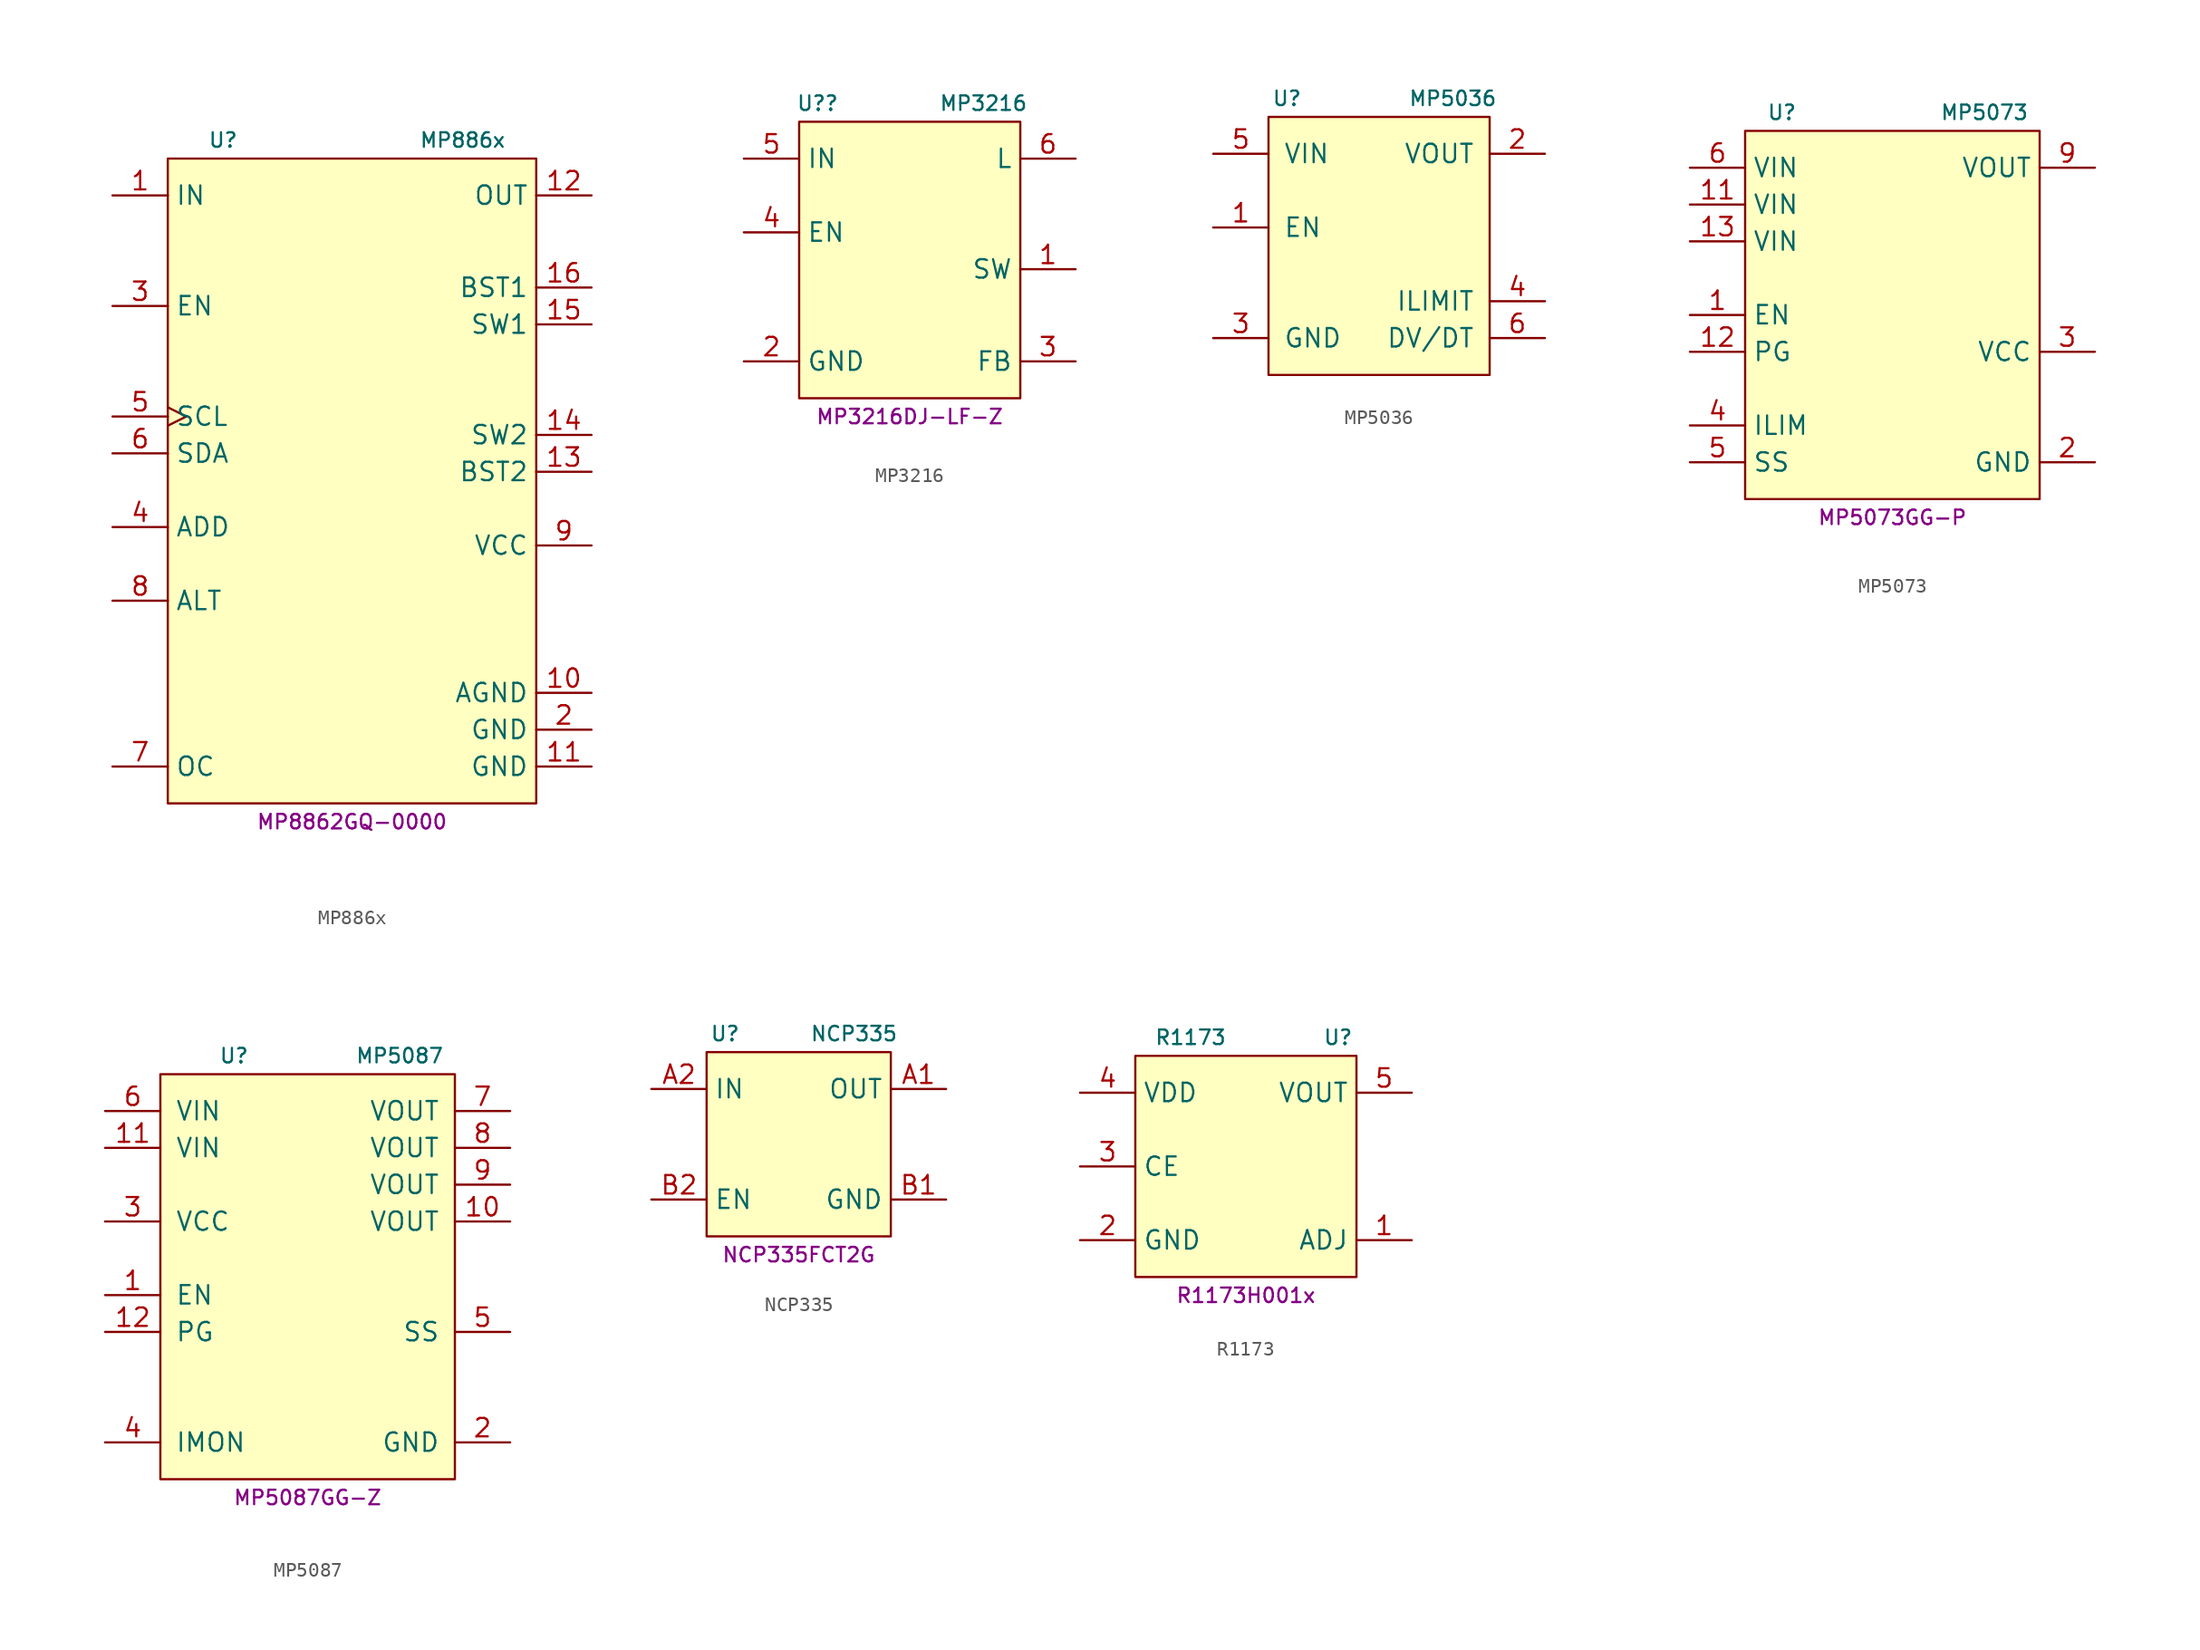
<source format=kicad_sym>
(kicad_symbol_lib
  (version 20231120)
  (generator "kicad_symbol_editor")
  (generator_version "8.0")
  (symbol "MP886x"
    (property "Reference" "U"
      (at -8.89 22.86 0)
      (effects (font (size 1 1))))
    (property "Value" "MP886x"
      (at 7.62 22.86 0)
      (effects (font (size 1 1))))
    (property "MPN" "MP8862GQ-0000"
      (at 0 -24.13 0)
      (effects (font (size 1 1))))
    (symbol "MP886x_1_1"
      (rectangle (start -12.7 21.59) (end 12.7 -22.86) (stroke (width 0) (type default)) (fill (type background)))
      (pin power_in line (at -16.51 19.05 0) (length 3.81) (name "IN" (effects (font (size 1.27 1.27)))) (number "1" (effects (font (size 1.27 1.27)))))
      (pin power_in line (at 16.51 -15.24 180) (length 3.81) (name "AGND" (effects (font (size 1.27 1.27)))) (number "10" (effects (font (size 1.27 1.27)))))
      (pin power_in line (at 16.51 -20.32 180) (length 3.81) (name "GND" (effects (font (size 1.27 1.27)))) (number "11" (effects (font (size 1.27 1.27)))))
      (pin power_out line (at 16.51 19.05 180) (length 3.81) (name "OUT" (effects (font (size 1.27 1.27)))) (number "12" (effects (font (size 1.27 1.27)))))
      (pin passive line (at 16.51 0 180) (length 3.81) (name "BST2" (effects (font (size 1.27 1.27)))) (number "13" (effects (font (size 1.27 1.27)))))
      (pin power_out line (at 16.51 2.54 180) (length 3.81) (name "SW2" (effects (font (size 1.27 1.27)))) (number "14" (effects (font (size 1.27 1.27)))))
      (pin power_out line (at 16.51 10.16 180) (length 3.81) (name "SW1" (effects (font (size 1.27 1.27)))) (number "15" (effects (font (size 1.27 1.27)))))
      (pin passive line (at 16.51 12.7 180) (length 3.81) (name "BST1" (effects (font (size 1.27 1.27)))) (number "16" (effects (font (size 1.27 1.27)))))
      (pin power_in line (at 16.51 -17.78 180) (length 3.81) (name "GND" (effects (font (size 1.27 1.27)))) (number "2" (effects (font (size 1.27 1.27)))))
      (pin input line (at -16.51 11.43 0) (length 3.81) (name "EN" (effects (font (size 1.27 1.27)))) (number "3" (effects (font (size 1.27 1.27)))))
      (pin input line (at -16.51 -3.81 0) (length 3.81) (name "ADD" (effects (font (size 1.27 1.27)))) (number "4" (effects (font (size 1.27 1.27)))))
      (pin input clock (at -16.51 3.81 0) (length 3.81) (name "SCL" (effects (font (size 1.27 1.27)))) (number "5" (effects (font (size 1.27 1.27)))))
      (pin open_collector line (at -16.51 1.27 0) (length 3.81) (name "SDA" (effects (font (size 1.27 1.27)))) (number "6" (effects (font (size 1.27 1.27)))))
      (pin passive line (at -16.51 -20.32 0) (length 3.81) (name "OC" (effects (font (size 1.27 1.27)))) (number "7" (effects (font (size 1.27 1.27)))))
      (pin open_collector line (at -16.51 -8.89 0) (length 3.81) (name "ALT" (effects (font (size 1.27 1.27)))) (number "8" (effects (font (size 1.27 1.27)))))
      (pin power_out line (at 16.51 -5.08 180) (length 3.81) (name "VCC" (effects (font (size 1.27 1.27)))) (number "9" (effects (font (size 1.27 1.27)))))))
  (symbol "MP3216"
    (property "Reference" "U?"
      (at -6.35 8.89 0)
      (effects (font (size 1 1))))
    (property "Value" "MP3216"
      (at 5.08 8.89 0)
      (effects (font (size 1 1))))
    (property "MPN" "MP3216DJ-LF-Z"
      (at 0 -12.7 0)
      (effects (font (size 1 1))))
    (symbol "MP3216_0_1"
      (rectangle (start -7.62 7.62) (end 7.62 -11.43) (stroke (width 0.152) (type default)) (fill (type background))))
    (symbol "MP3216_1_1"
      (pin power_out line (at 11.43 -2.54 180) (length 3.81) (name "SW" (effects (font (size 1.27 1.27)))) (number "1" (effects (font (size 1.27 1.27)))))
      (pin output line (at -11.43 -8.89 0) (length 3.81) (name "GND" (effects (font (size 1.27 1.27)))) (number "2" (effects (font (size 1.27 1.27)))))
      (pin input line (at 11.43 -8.89 180) (length 3.81) (name "FB" (effects (font (size 1.27 1.27)))) (number "3" (effects (font (size 1.27 1.27)))))
      (pin input line (at -11.43 0 0) (length 3.81) (name "EN" (effects (font (size 1.27 1.27)))) (number "4" (effects (font (size 1.27 1.27)))))
      (pin power_in line (at -11.43 5.08 0) (length 3.81) (name "IN" (effects (font (size 1.27 1.27)))) (number "5" (effects (font (size 1.27 1.27)))))
      (pin power_out line (at 11.43 5.08 180) (length 3.81) (name "L" (effects (font (size 1.27 1.27)))) (number "6" (effects (font (size 1.27 1.27)))))))
  (symbol "MP5036"
    (pin_names
      (offset 1.016))
    (property "Reference" "U"
      (at -6.35 10.16 0)
      (effects (font (size 1 1))))
    (property "Value" "MP5036"
      (at 5.08 10.16 0)
      (effects (font (size 1 1))))
    (symbol "MP5036_1_1"
      (rectangle (start -7.62 8.89) (end 7.62 -8.89) (stroke (width 0) (type default)) (fill (type background)))
      (pin input line (at -11.43 1.27 0) (length 3.81) (name "EN" (effects (font (size 1.27 1.27)))) (number "1" (effects (font (size 1.27 1.27)))))
      (pin power_out line (at 11.43 6.35 180) (length 3.81) (name "VOUT" (effects (font (size 1.27 1.27)))) (number "2" (effects (font (size 1.27 1.27)))))
      (pin power_in line (at -11.43 -6.35 0) (length 3.81) (name "GND" (effects (font (size 1.27 1.27)))) (number "3" (effects (font (size 1.27 1.27)))))
      (pin passive line (at 11.43 -3.81 180) (length 3.81) (name "ILIMIT" (effects (font (size 1.27 1.27)))) (number "4" (effects (font (size 1.27 1.27)))))
      (pin power_in line (at -11.43 6.35 0) (length 3.81) (name "VIN" (effects (font (size 1.27 1.27)))) (number "5" (effects (font (size 1.27 1.27)))))
      (pin passive line (at 11.43 -6.35 180) (length 3.81) (name "DV/DT" (effects (font (size 1.27 1.27)))) (number "6" (effects (font (size 1.27 1.27)))))))
  (symbol "MP5073"
    (property "Reference" "U"
      (at -7.62 13.97 0)
      (effects (font (size 1 1))))
    (property "Value" "MP5073"
      (at 6.35 13.97 0)
      (effects (font (size 1 1))))
    (property "MPN" "MP5073GG-P"
      (at 0 -13.97 0)
      (effects (font (size 1 1))))
    (symbol "MP5073_0_1"
      (rectangle (start -10.16 12.7) (end 10.16 -12.7) (stroke (width 0) (type default)) (fill (type background))))
    (symbol "MP5073_1_1"
      (pin input line (at -13.97 0 0) (length 3.81) (name "EN" (effects (font (size 1.27 1.27)))) (number "1" (effects (font (size 1.27 1.27)))))
      (pin power_in line (at -13.97 7.62 0) (length 3.81) (name "VIN" (effects (font (size 1.27 1.27)))) (number "11" (effects (font (size 1.27 1.27)))))
      (pin output line (at -13.97 -2.54 0) (length 3.81) (name "PG" (effects (font (size 1.27 1.27)))) (number "12" (effects (font (size 1.27 1.27)))))
      (pin power_in line (at -13.97 5.08 0) (length 3.81) (name "VIN" (effects (font (size 1.27 1.27)))) (number "13" (effects (font (size 1.27 1.27)))))
      (pin power_in line (at 13.97 -10.16 180) (length 3.81) (name "GND" (effects (font (size 1.27 1.27)))) (number "2" (effects (font (size 1.27 1.27)))))
      (pin power_in line (at 13.97 -2.54 180) (length 3.81) (name "VCC" (effects (font (size 1.27 1.27)))) (number "3" (effects (font (size 1.27 1.27)))))
      (pin passive line (at -13.97 -7.62 0) (length 3.81) (name "ILIM" (effects (font (size 1.27 1.27)))) (number "4" (effects (font (size 1.27 1.27)))))
      (pin passive line (at -13.97 -10.16 0) (length 3.81) (name "SS" (effects (font (size 1.27 1.27)))) (number "5" (effects (font (size 1.27 1.27)))))
      (pin power_in line (at -13.97 10.16 0) (length 3.81) (name "VIN" (effects (font (size 1.27 1.27)))) (number "6" (effects (font (size 1.27 1.27)))))
      (pin power_out line (at 13.97 10.16 180) (length 3.81) (name "VOUT" (effects (font (size 1.27 1.27)))) (number "9" (effects (font (size 1.27 1.27)))))))
  (symbol "MP5087"
    (pin_names
      (offset 1.016))
    (property "Reference" "U"
      (at -5.08 13.97 0)
      (effects (font (size 1 1))))
    (property "Value" "MP5087"
      (at 6.35 13.97 0)
      (effects (font (size 1 1))))
    (property "MPN" "MP5087GG-Z"
      (at 0 -16.51 0)
      (effects (font (size 1 1))))
    (symbol "MP5087_1_1"
      (rectangle (start -10.16 12.7) (end 10.16 -15.24) (stroke (width 0) (type default)) (fill (type background)))
      (pin input line (at -13.97 -2.54 0) (length 3.81) (name "EN" (effects (font (size 1.27 1.27)))) (number "1" (effects (font (size 1.27 1.27)))))
      (pin power_out line (at 13.97 2.54 180) (length 3.81) (name "VOUT" (effects (font (size 1.27 1.27)))) (number "10" (effects (font (size 1.27 1.27)))))
      (pin power_in line (at -13.97 7.62 0) (length 3.81) (name "VIN" (effects (font (size 1.27 1.27)))) (number "11" (effects (font (size 1.27 1.27)))))
      (pin output line (at -13.97 -5.08 0) (length 3.81) (name "PG" (effects (font (size 1.27 1.27)))) (number "12" (effects (font (size 1.27 1.27)))))
      (pin power_in line (at 13.97 -12.7 180) (length 3.81) (name "GND" (effects (font (size 1.27 1.27)))) (number "2" (effects (font (size 1.27 1.27)))))
      (pin power_in line (at -13.97 2.54 0) (length 3.81) (name "VCC" (effects (font (size 1.27 1.27)))) (number "3" (effects (font (size 1.27 1.27)))))
      (pin output line (at -13.97 -12.7 0) (length 3.81) (name "IMON" (effects (font (size 1.27 1.27)))) (number "4" (effects (font (size 1.27 1.27)))))
      (pin passive line (at 13.97 -5.08 180) (length 3.81) (name "SS" (effects (font (size 1.27 1.27)))) (number "5" (effects (font (size 1.27 1.27)))))
      (pin power_in line (at -13.97 10.16 0) (length 3.81) (name "VIN" (effects (font (size 1.27 1.27)))) (number "6" (effects (font (size 1.27 1.27)))))
      (pin power_out line (at 13.97 10.16 180) (length 3.81) (name "VOUT" (effects (font (size 1.27 1.27)))) (number "7" (effects (font (size 1.27 1.27)))))
      (pin power_out line (at 13.97 7.62 180) (length 3.81) (name "VOUT" (effects (font (size 1.27 1.27)))) (number "8" (effects (font (size 1.27 1.27)))))
      (pin power_out line (at 13.97 5.08 180) (length 3.81) (name "VOUT" (effects (font (size 1.27 1.27)))) (number "9" (effects (font (size 1.27 1.27)))))))
  (symbol "NCP335"
    (property "Reference" "U"
      (at -5.08 7.62 0)
      (effects (font (size 1 1))))
    (property "Value" "NCP335"
      (at 3.81 7.62 0)
      (effects (font (size 1 1))))
    (property "MPN" "NCP335FCT2G"
      (at 0 -7.62 0)
      (effects (font (size 1 1))))
    (symbol "NCP335_0_1"
      (rectangle (start -6.35 6.35) (end 6.35 -6.35) (stroke (width 0.152) (type default)) (fill (type background))))
    (symbol "NCP335_1_1"
      (pin power_out line (at 10.16 3.81 180) (length 3.81) (name "OUT" (effects (font (size 1.27 1.27)))) (number "A1" (effects (font (size 1.27 1.27)))))
      (pin power_in line (at -10.16 3.81 0) (length 3.81) (name "IN" (effects (font (size 1.27 1.27)))) (number "A2" (effects (font (size 1.27 1.27)))))
      (pin power_in line (at 10.16 -3.81 180) (length 3.81) (name "GND" (effects (font (size 1.27 1.27)))) (number "B1" (effects (font (size 1.27 1.27)))))
      (pin input line (at -10.16 -3.81 0) (length 3.81) (name "EN" (effects (font (size 1.27 1.27)))) (number "B2" (effects (font (size 1.27 1.27)))))))
  (symbol "R1173"
    (property "Reference" "U"
      (at 6.35 5.08 0)
      (effects (font (size 1 1))))
    (property "Value" "R1173"
      (at -3.81 5.08 0)
      (effects (font (size 1 1))))
    (property "MPN" "R1173H001x"
      (at 0 -12.7 0)
      (effects (font (size 1 1))))
    (symbol "R1173_0_1"
      (rectangle (start -7.62 3.81) (end 7.62 -11.43) (stroke (width 0.152) (type default)) (fill (type background))))
    (symbol "R1173_1_1"
      (pin passive line (at 11.43 -8.89 180) (length 3.81) (name "ADJ" (effects (font (size 1.27 1.27)))) (number "1" (effects (font (size 1.27 1.27)))))
      (pin power_in line (at -11.43 -8.89 0) (length 3.81) (name "GND" (effects (font (size 1.27 1.27)))) (number "2" (effects (font (size 1.27 1.27)))))
      (pin input line (at -11.43 -3.81 0) (length 3.81) (name "CE" (effects (font (size 1.27 1.27)))) (number "3" (effects (font (size 1.27 1.27)))))
      (pin power_in line (at -11.43 1.27 0) (length 3.81) (name "VDD" (effects (font (size 1.27 1.27)))) (number "4" (effects (font (size 1.27 1.27)))))
      (pin power_out line (at 11.43 1.27 180) (length 3.81) (name "VOUT" (effects (font (size 1.27 1.27)))) (number "5" (effects (font (size 1.27 1.27))))))))
</source>
